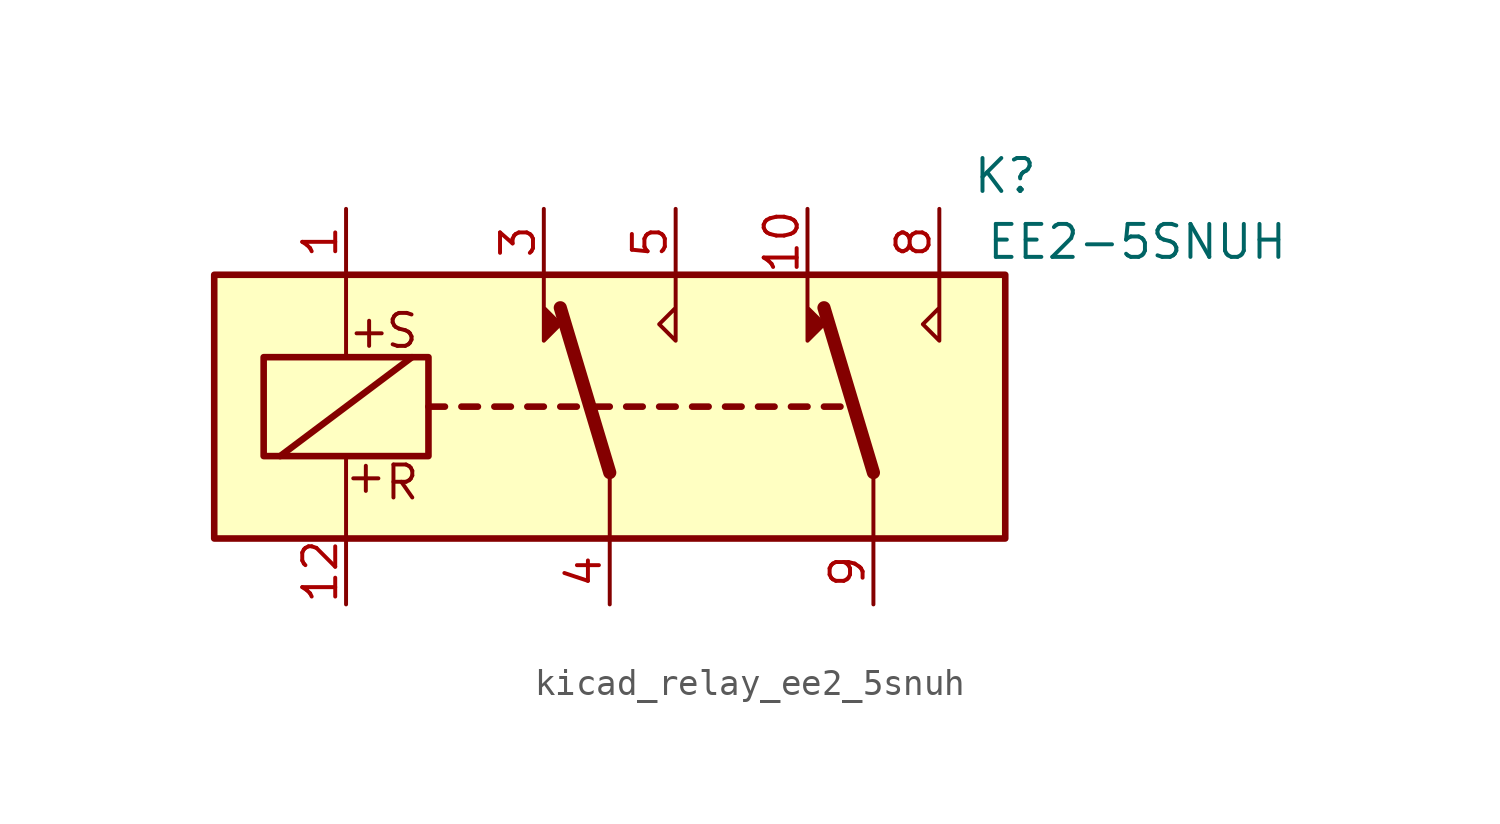
<source format=kicad_sym>
(kicad_symbol_lib
  (version 20220914)
  (generator kicad_symbol_editor)
  (symbol "kicad_relay_ee2_5snuh"
    (property "Reference" "K"
      (at 15.24 8.89 0)
      (effects (font (size 1.27 1.27))))
    (property "Value" "EE2-5SNUH"
      (at 20.32 6.35 0)
      (effects (font (size 1.27 1.27))))
    (symbol "kicad_relay_ee2_5snuh_1_1"
      (rectangle (start -15.24 5.08) (end 15.24 -5.08) (stroke (width 0.254) (type default)) (fill (type background)))
      (rectangle (start -13.335 1.905) (end -6.985 -1.905) (stroke (width 0.254) (type default)) (fill (type none)))
      (polyline (pts (xy -12.7 -1.905) (xy -7.62 1.905)) (stroke (width 0.254) (type default)) (fill (type none)))
      (polyline (pts (xy -10.16 -5.08) (xy -10.16 -1.905)) (stroke (width 0) (type default)) (fill (type none)))
      (polyline (pts (xy -10.16 5.08) (xy -10.16 1.905)) (stroke (width 0) (type default)) (fill (type none)))
      (polyline (pts (xy -6.985 0) (xy -6.35 0)) (stroke (width 0.254) (type default)) (fill (type none)))
      (polyline (pts (xy -5.715 0) (xy -5.08 0)) (stroke (width 0.254) (type default)) (fill (type none)))
      (polyline (pts (xy -4.445 0) (xy -3.81 0)) (stroke (width 0.254) (type default)) (fill (type none)))
      (polyline (pts (xy -3.175 0) (xy -2.54 0)) (stroke (width 0.254) (type default)) (fill (type none)))
      (polyline (pts (xy -1.905 0) (xy -1.27 0)) (stroke (width 0.254) (type default)) (fill (type none)))
      (polyline (pts (xy -0.635 0) (xy 0 0)) (stroke (width 0.254) (type default)) (fill (type none)))
      (polyline (pts (xy 0 -2.54) (xy -1.905 3.81)) (stroke (width 0.508) (type default)) (fill (type none)))
      (polyline (pts (xy 0 -2.54) (xy 0 -5.08)) (stroke (width 0) (type default)) (fill (type none)))
      (polyline (pts (xy 0.635 0) (xy 1.27 0)) (stroke (width 0.254) (type default)) (fill (type none)))
      (polyline (pts (xy 1.905 0) (xy 2.54 0)) (stroke (width 0.254) (type default)) (fill (type none)))
      (polyline (pts (xy 3.175 0) (xy 3.81 0)) (stroke (width 0.254) (type default)) (fill (type none)))
      (polyline (pts (xy 4.445 0) (xy 5.08 0)) (stroke (width 0.254) (type default)) (fill (type none)))
      (polyline (pts (xy 5.715 0) (xy 6.35 0)) (stroke (width 0.254) (type default)) (fill (type none)))
      (polyline (pts (xy 6.985 0) (xy 7.62 0)) (stroke (width 0.254) (type default)) (fill (type none)))
      (polyline (pts (xy 8.255 0) (xy 8.89 0)) (stroke (width 0.254) (type default)) (fill (type none)))
      (polyline (pts (xy 10.16 -2.54) (xy 8.255 3.81)) (stroke (width 0.508) (type default)) (fill (type none)))
      (polyline (pts (xy 10.16 -2.54) (xy 10.16 -5.08)) (stroke (width 0) (type default)) (fill (type none)))
      (polyline (pts (xy -2.54 5.08) (xy -2.54 2.54) (xy -1.905 3.175) (xy -2.54 3.81)) (stroke (width 0) (type default)) (fill (type outline)))
      (polyline (pts (xy 2.54 5.08) (xy 2.54 2.54) (xy 1.905 3.175) (xy 2.54 3.81)) (stroke (width 0) (type default)) (fill (type none)))
      (polyline (pts (xy 7.62 5.08) (xy 7.62 2.54) (xy 8.255 3.175) (xy 7.62 3.81)) (stroke (width 0) (type default)) (fill (type outline)))
      (polyline (pts (xy 12.7 5.08) (xy 12.7 2.54) (xy 12.065 3.175) (xy 12.7 3.81)) (stroke (width 0) (type default)) (fill (type none)))
      (text "+" (at -9.398 -2.667 0) (effects (font (size 1.27 1.27))))
      (text "+" (at -9.271 2.921 0) (effects (font (size 1.27 1.27))))
      (text "R" (at -8.001 -2.921 0) (effects (font (size 1.27 1.27))))
      (text "S" (at -8.001 2.921 0) (effects (font (size 1.27 1.27))))
      (pin passive line (at -10.16 7.62 270) (length 2.54) (name "~" (effects (font (size 1.27 1.27)))) (number "1" (effects (font (size 1.27 1.27)))))
      (pin passive line (at 7.62 7.62 270) (length 2.54) (name "~" (effects (font (size 1.27 1.27)))) (number "10" (effects (font (size 1.27 1.27)))))
      (pin passive line (at -10.16 -7.62 90) (length 2.54) (name "~" (effects (font (size 1.27 1.27)))) (number "12" (effects (font (size 1.27 1.27)))))
      (pin passive line (at -2.54 7.62 270) (length 2.54) (name "~" (effects (font (size 1.27 1.27)))) (number "3" (effects (font (size 1.27 1.27)))))
      (pin passive line (at 0 -7.62 90) (length 2.54) (name "~" (effects (font (size 1.27 1.27)))) (number "4" (effects (font (size 1.27 1.27)))))
      (pin passive line (at 2.54 7.62 270) (length 2.54) (name "~" (effects (font (size 1.27 1.27)))) (number "5" (effects (font (size 1.27 1.27)))))
      (pin passive line (at 12.7 7.62 270) (length 2.54) (name "~" (effects (font (size 1.27 1.27)))) (number "8" (effects (font (size 1.27 1.27)))))
      (pin passive line (at 10.16 -7.62 90) (length 2.54) (name "~" (effects (font (size 1.27 1.27)))) (number "9" (effects (font (size 1.27 1.27))))))))
</source>
